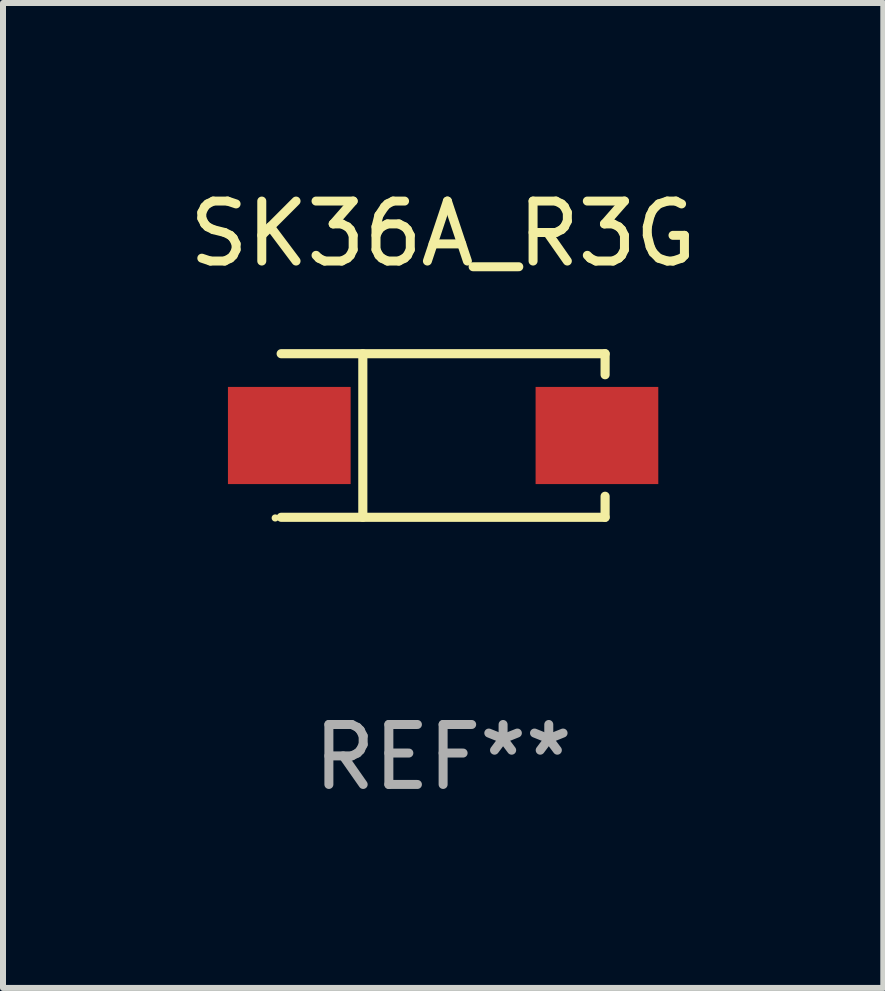
<source format=kicad_pcb>
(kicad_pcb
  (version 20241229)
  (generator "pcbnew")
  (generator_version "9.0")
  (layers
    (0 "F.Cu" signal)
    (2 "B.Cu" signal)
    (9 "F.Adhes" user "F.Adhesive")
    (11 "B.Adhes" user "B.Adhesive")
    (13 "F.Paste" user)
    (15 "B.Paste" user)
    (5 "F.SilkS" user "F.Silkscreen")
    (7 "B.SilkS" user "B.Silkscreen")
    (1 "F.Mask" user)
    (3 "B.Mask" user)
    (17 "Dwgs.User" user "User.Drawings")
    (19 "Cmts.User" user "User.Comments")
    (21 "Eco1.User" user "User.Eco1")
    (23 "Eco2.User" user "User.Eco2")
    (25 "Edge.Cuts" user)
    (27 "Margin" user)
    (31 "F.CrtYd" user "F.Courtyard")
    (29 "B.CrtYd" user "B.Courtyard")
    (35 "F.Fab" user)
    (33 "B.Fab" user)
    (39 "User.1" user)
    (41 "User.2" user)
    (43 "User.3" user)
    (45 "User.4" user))
  (footprint "SK36A_R3G"
    (layer "F.Cu")
    (at 4.339 4.212)
    (property "Reference" "SK36A_R3G" (at 0 -3.364 0) (layer "F.SilkS") (effects (font (size 1 1) (thickness 0.15))))
    (attr through_hole)
    (fp_line (start -2.701 -1.364) (end 2.701 -1.364) (stroke (width 0.152) (type solid)) (layer "F.SilkS"))
    (fp_line (start -2.701 1.364) (end 2.701 1.364) (stroke (width 0.152) (type solid)) (layer "F.SilkS"))
    (fp_line (start -1.339 -1.364) (end -1.339 1.364) (stroke (width 0.152) (type solid)) (layer "F.SilkS"))
    (fp_line (start 2.701 -1.364) (end 2.701 -1.013) (stroke (width 0.152) (type solid)) (layer "F.SilkS"))
    (fp_line (start 2.701 1.364) (end 2.701 1.013) (stroke (width 0.152) (type solid)) (layer "F.SilkS"))
    (fp_circle (center -2.8 1.375) (end -2.77 1.375) (stroke (width 0.06) (type solid)) (fill no) (layer "F.SilkS"))
    (fp_text user "REF**" (at 0 5.364 0) (layer "F.Fab") (effects (font (size 1 1) (thickness 0.15))))
    (pad "1" smd rect (at -2.565 -0.000025) (size 2.046 1.62) (layers "F.Cu" "F.Mask" "F.Paste"))
    (pad "2" smd rect (at 2.565 -0.000025) (size 2.046 1.62) (layers "F.Cu" "F.Mask" "F.Paste")))
  (gr_rect
    (start -3 -3)
    (end 11.679 13.424)
    (stroke (width 0.1) (type default))
    (fill no)
    (layer "Edge.Cuts")))
</source>
